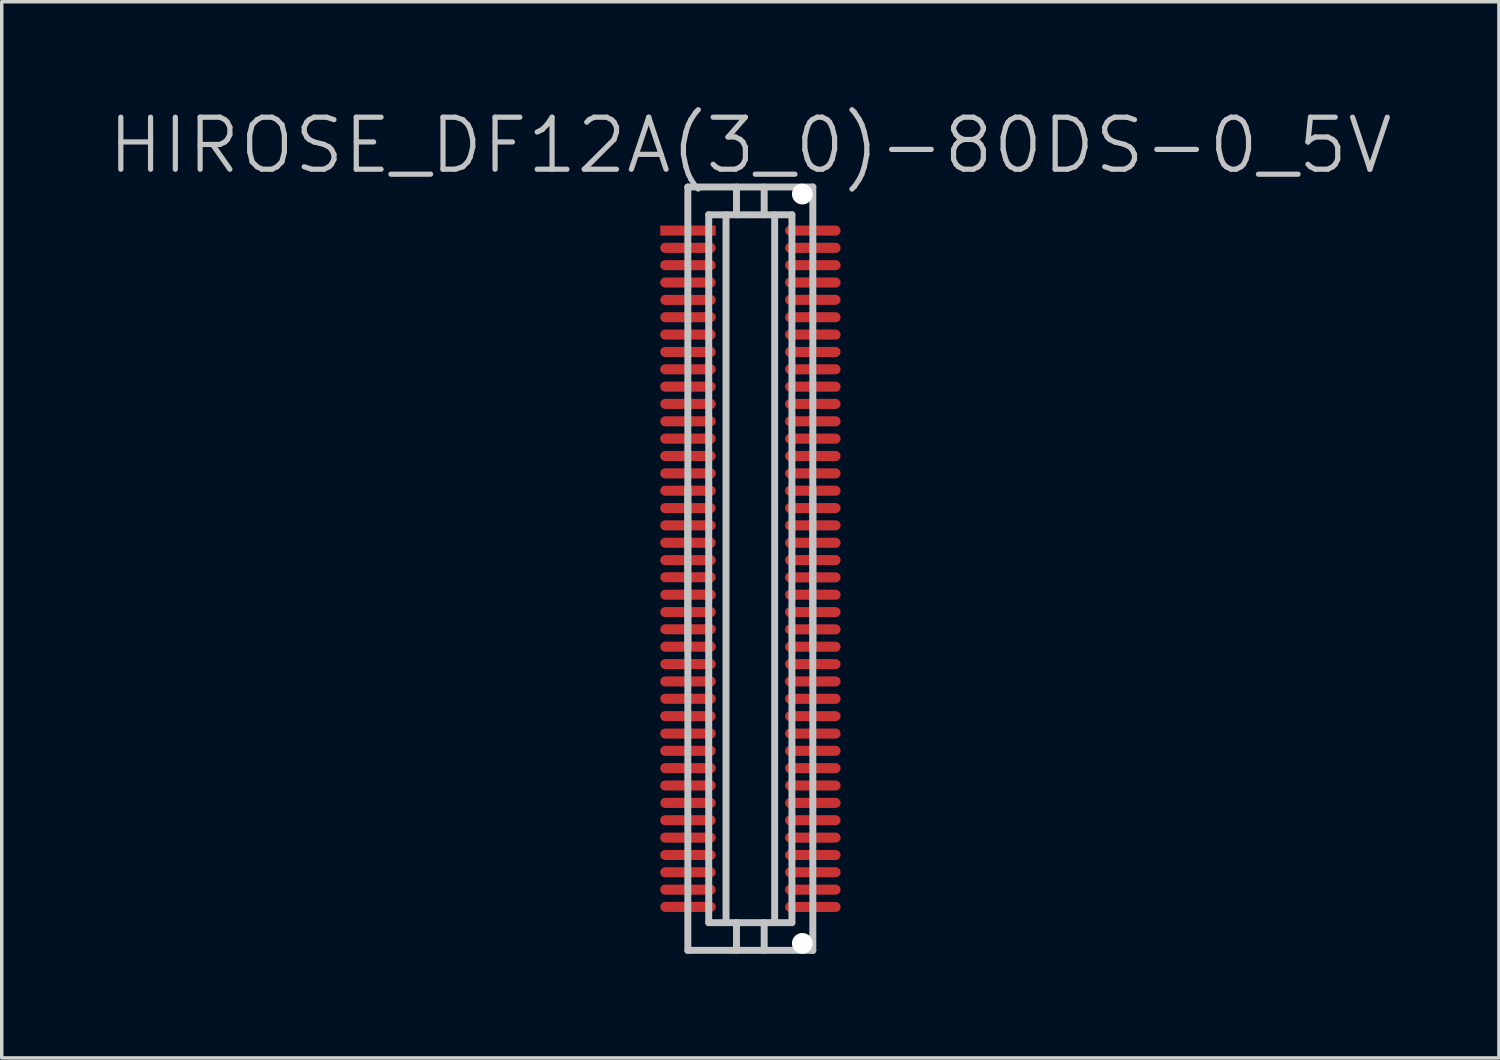
<source format=kicad_pcb>
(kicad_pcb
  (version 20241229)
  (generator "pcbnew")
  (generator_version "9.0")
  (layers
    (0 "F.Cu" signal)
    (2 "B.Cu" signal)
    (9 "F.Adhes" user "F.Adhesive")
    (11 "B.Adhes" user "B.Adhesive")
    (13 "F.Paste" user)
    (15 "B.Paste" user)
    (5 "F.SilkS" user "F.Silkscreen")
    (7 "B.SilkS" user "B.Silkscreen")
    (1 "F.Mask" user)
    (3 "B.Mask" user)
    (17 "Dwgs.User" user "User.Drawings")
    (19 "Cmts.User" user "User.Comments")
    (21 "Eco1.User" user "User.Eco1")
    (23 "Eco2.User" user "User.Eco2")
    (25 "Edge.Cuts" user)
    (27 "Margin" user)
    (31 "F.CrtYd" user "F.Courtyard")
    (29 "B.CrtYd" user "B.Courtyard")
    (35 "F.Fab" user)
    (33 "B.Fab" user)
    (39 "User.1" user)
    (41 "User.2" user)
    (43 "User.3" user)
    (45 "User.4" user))
  (footprint "HIROSE_DF12A(3_0)-80DS-0_5V"
    (layer "F.Cu")
    (at 18.575 13.341)
    (property "Reference" "HIROSE_DF12A(3_0)-80DS-0_5V" (at 0 -12.2 180) (layer "Dwgs.User") (effects (font (size 1.5 1.5) (thickness 0.15))))
    (attr smd)
    (fp_line (start -1.801 -11.001) (end 1.801 -11.001) (stroke (width 0.2) (type solid)) (layer "Dwgs.User"))
    (fp_line (start -1.801 2.301) (end -1.801 -2.301) (stroke (width 0.2) (type solid)) (layer "Dwgs.User"))
    (fp_line (start -1.801 11.001) (end -1.801 -11.001) (stroke (width 0.2) (type solid)) (layer "Dwgs.User"))
    (fp_line (start -1.199 -10.201) (end -1.199 10.201) (stroke (width 0.2) (type solid)) (layer "Dwgs.User"))
    (fp_line (start -1.199 -10.201) (end 1.199 -10.201) (stroke (width 0.2) (type solid)) (layer "Dwgs.User"))
    (fp_line (start -0.701 -10.201) (end -0.701 10.201) (stroke (width 0.2) (type solid)) (layer "Dwgs.User"))
    (fp_line (start -0.399 -10.201) (end -0.399 -11.001) (stroke (width 0.2) (type solid)) (layer "Dwgs.User"))
    (fp_line (start -0.399 11.001) (end -0.399 10.201) (stroke (width 0.2) (type solid)) (layer "Dwgs.User"))
    (fp_line (start 0.399 -10.201) (end 0.399 -11.001) (stroke (width 0.2) (type solid)) (layer "Dwgs.User"))
    (fp_line (start 0.399 10.201) (end 0.399 11.001) (stroke (width 0.2) (type solid)) (layer "Dwgs.User"))
    (fp_line (start 0.701 10.201) (end 0.701 -10.201) (stroke (width 0.2) (type solid)) (layer "Dwgs.User"))
    (fp_line (start 1.199 10.201) (end -1.199 10.201) (stroke (width 0.2) (type solid)) (layer "Dwgs.User"))
    (fp_line (start 1.199 10.201) (end 1.199 -10.201) (stroke (width 0.2) (type solid)) (layer "Dwgs.User"))
    (fp_line (start 1.801 -11.001) (end 1.801 11.001) (stroke (width 0.2) (type solid)) (layer "Dwgs.User"))
    (fp_line (start 1.801 -2.301) (end 1.801 2.301) (stroke (width 0.2) (type solid)) (layer "Dwgs.User"))
    (fp_line (start 1.801 10.998) (end -1.801 10.998) (stroke (width 0.2) (type solid)) (layer "Dwgs.User"))
    (pad "" np_thru_hole circle (at 1.499 -10.798 270) (size 0.6 0.6) (drill 0.6) (layers "*.Cu" "*.Mask"))
    (pad "" np_thru_hole circle (at 1.499 10.798 270) (size 0.6 0.6) (drill 0.6) (layers "*.Cu" "*.Mask"))
    (pad "1" smd rect (at -1.796 -9.746 270) (size 0.29 1.6) (layers "F.Cu" "F.Mask" "F.Paste"))
    (pad "2" smd oval (at -1.798 -9.248 270) (size 0.29 1.6) (layers "F.Cu" "F.Mask" "F.Paste"))
    (pad "3" smd oval (at -1.798 -8.748 270) (size 0.29 1.6) (layers "F.Cu" "F.Mask" "F.Paste"))
    (pad "4" smd oval (at -1.798 -8.25 270) (size 0.29 1.6) (layers "F.Cu" "F.Mask" "F.Paste"))
    (pad "5" smd oval (at -1.796 -7.747 270) (size 0.29 1.6) (layers "F.Cu" "F.Mask" "F.Paste"))
    (pad "6" smd oval (at -1.796 -7.249 270) (size 0.29 1.6) (layers "F.Cu" "F.Mask" "F.Paste"))
    (pad "7" smd oval (at -1.798 -6.749 270) (size 0.29 1.6) (layers "F.Cu" "F.Mask" "F.Paste"))
    (pad "8" smd oval (at -1.798 -6.248 270) (size 0.29 1.6) (layers "F.Cu" "F.Mask" "F.Paste"))
    (pad "9" smd oval (at -1.798 -5.748 270) (size 0.29 1.6) (layers "F.Cu" "F.Mask" "F.Paste"))
    (pad "10" smd oval (at -1.798 -5.248 270) (size 0.29 1.6) (layers "F.Cu" "F.Mask" "F.Paste"))
    (pad "11" smd oval (at -1.796 -4.75 270) (size 0.29 1.6) (layers "F.Cu" "F.Mask" "F.Paste"))
    (pad "12" smd oval (at -1.798 -4.249 270) (size 0.29 1.6) (layers "F.Cu" "F.Mask" "F.Paste"))
    (pad "13" smd oval (at -1.798 -3.749 270) (size 0.29 1.6) (layers "F.Cu" "F.Mask" "F.Paste"))
    (pad "14" smd oval (at -1.798 -3.249 270) (size 0.29 1.6) (layers "F.Cu" "F.Mask" "F.Paste"))
    (pad "15" smd oval (at -1.796 -2.748 270) (size 0.29 1.6) (layers "F.Cu" "F.Mask" "F.Paste"))
    (pad "16" smd oval (at -1.798 -2.248 270) (size 0.29 1.6) (layers "F.Cu" "F.Mask" "F.Paste"))
    (pad "17" smd oval (at -1.798 -1.748 270) (size 0.29 1.6) (layers "F.Cu" "F.Mask" "F.Paste"))
    (pad "18" smd oval (at -1.798 -1.25 270) (size 0.29 1.6) (layers "F.Cu" "F.Mask" "F.Paste"))
    (pad "19" smd oval (at -1.798 -0.749 270) (size 0.29 1.6) (layers "F.Cu" "F.Mask" "F.Paste"))
    (pad "20" smd oval (at -1.796 -0.246 270) (size 0.29 1.6) (layers "F.Cu" "F.Mask" "F.Paste"))
    (pad "21" smd oval (at -1.796 0.246 270) (size 0.29 1.6) (layers "F.Cu" "F.Mask" "F.Paste"))
    (pad "22" smd oval (at -1.796 0.749 270) (size 0.29 1.6) (layers "F.Cu" "F.Mask" "F.Paste"))
    (pad "23" smd oval (at -1.796 1.25 270) (size 0.29 1.6) (layers "F.Cu" "F.Mask" "F.Paste"))
    (pad "24" smd oval (at -1.796 1.745 270) (size 0.29 1.6) (layers "F.Cu" "F.Mask" "F.Paste"))
    (pad "25" smd oval (at -1.796 2.248 270) (size 0.29 1.6) (layers "F.Cu" "F.Mask" "F.Paste"))
    (pad "26" smd oval (at -1.796 2.748 270) (size 0.29 1.6) (layers "F.Cu" "F.Mask" "F.Paste"))
    (pad "27" smd oval (at -1.796 3.249 270) (size 0.29 1.6) (layers "F.Cu" "F.Mask" "F.Paste"))
    (pad "28" smd oval (at -1.796 3.747 270) (size 0.29 1.6) (layers "F.Cu" "F.Mask" "F.Paste"))
    (pad "29" smd oval (at -1.798 4.249 270) (size 0.29 1.6) (layers "F.Cu" "F.Mask" "F.Paste"))
    (pad "30" smd oval (at -1.798 4.75 270) (size 0.29 1.6) (layers "F.Cu" "F.Mask" "F.Paste"))
    (pad "31" smd oval (at -1.798 5.248 270) (size 0.29 1.6) (layers "F.Cu" "F.Mask" "F.Paste"))
    (pad "32" smd oval (at -1.798 5.748 270) (size 0.29 1.6) (layers "F.Cu" "F.Mask" "F.Paste"))
    (pad "33" smd oval (at -1.798 6.248 270) (size 0.29 1.6) (layers "F.Cu" "F.Mask" "F.Paste"))
    (pad "34" smd oval (at -1.796 6.749 270) (size 0.29 1.6) (layers "F.Cu" "F.Mask" "F.Paste"))
    (pad "35" smd oval (at -1.798 7.249 270) (size 0.29 1.6) (layers "F.Cu" "F.Mask" "F.Paste"))
    (pad "36" smd oval (at -1.798 7.75 270) (size 0.29 1.6) (layers "F.Cu" "F.Mask" "F.Paste"))
    (pad "37" smd oval (at -1.798 8.25 270) (size 0.29 1.6) (layers "F.Cu" "F.Mask" "F.Paste"))
    (pad "38" smd oval (at -1.798 8.748 270) (size 0.29 1.6) (layers "F.Cu" "F.Mask" "F.Paste"))
    (pad "39" smd oval (at -1.798 9.248 270) (size 0.29 1.6) (layers "F.Cu" "F.Mask" "F.Paste"))
    (pad "40" smd oval (at -1.796 9.746 270) (size 0.29 1.6) (layers "F.Cu" "F.Mask" "F.Paste"))
    (pad "41" smd oval (at 1.801 9.749 270) (size 0.29 1.6) (layers "F.Cu" "F.Mask" "F.Paste"))
    (pad "42" smd oval (at 1.801 9.248 270) (size 0.29 1.6) (layers "F.Cu" "F.Mask" "F.Paste"))
    (pad "43" smd oval (at 1.801 8.748 270) (size 0.29 1.6) (layers "F.Cu" "F.Mask" "F.Paste"))
    (pad "44" smd oval (at 1.801 8.25 270) (size 0.29 1.6) (layers "F.Cu" "F.Mask" "F.Paste"))
    (pad "45" smd oval (at 1.801 7.75 270) (size 0.29 1.6) (layers "F.Cu" "F.Mask" "F.Paste"))
    (pad "46" smd oval (at 1.801 7.249 270) (size 0.29 1.6) (layers "F.Cu" "F.Mask" "F.Paste"))
    (pad "47" smd oval (at 1.801 6.749 270) (size 0.29 1.6) (layers "F.Cu" "F.Mask" "F.Paste"))
    (pad "48" smd oval (at 1.801 6.248 270) (size 0.29 1.6) (layers "F.Cu" "F.Mask" "F.Paste"))
    (pad "49" smd oval (at 1.801 5.748 270) (size 0.29 1.6) (layers "F.Cu" "F.Mask" "F.Paste"))
    (pad "50" smd oval (at 1.801 5.248 270) (size 0.29 1.6) (layers "F.Cu" "F.Mask" "F.Paste"))
    (pad "51" smd oval (at 1.801 4.75 270) (size 0.29 1.6) (layers "F.Cu" "F.Mask" "F.Paste"))
    (pad "52" smd oval (at 1.801 4.249 270) (size 0.29 1.6) (layers "F.Cu" "F.Mask" "F.Paste"))
    (pad "53" smd oval (at 1.801 3.749 270) (size 0.29 1.6) (layers "F.Cu" "F.Mask" "F.Paste"))
    (pad "54" smd oval (at 1.801 3.249 270) (size 0.29 1.6) (layers "F.Cu" "F.Mask" "F.Paste"))
    (pad "55" smd oval (at 1.801 2.748 270) (size 0.29 1.6) (layers "F.Cu" "F.Mask" "F.Paste"))
    (pad "56" smd oval (at 1.801 2.248 270) (size 0.29 1.6) (layers "F.Cu" "F.Mask" "F.Paste"))
    (pad "57" smd oval (at 1.801 1.748 270) (size 0.29 1.6) (layers "F.Cu" "F.Mask" "F.Paste"))
    (pad "58" smd oval (at 1.801 1.25 270) (size 0.29 1.6) (layers "F.Cu" "F.Mask" "F.Paste"))
    (pad "59" smd oval (at 1.801 0.749 270) (size 0.29 1.6) (layers "F.Cu" "F.Mask" "F.Paste"))
    (pad "60" smd oval (at 1.801 0.249 270) (size 0.29 1.6) (layers "F.Cu" "F.Mask" "F.Paste"))
    (pad "61" smd oval (at 1.801 -0.249 270) (size 0.29 1.6) (layers "F.Cu" "F.Mask" "F.Paste"))
    (pad "62" smd oval (at 1.801 -0.749 270) (size 0.29 1.6) (layers "F.Cu" "F.Mask" "F.Paste"))
    (pad "63" smd oval (at 1.801 -1.25 270) (size 0.29 1.6) (layers "F.Cu" "F.Mask" "F.Paste"))
    (pad "64" smd oval (at 1.801 -1.748 270) (size 0.29 1.6) (layers "F.Cu" "F.Mask" "F.Paste"))
    (pad "65" smd oval (at 1.801 -2.248 270) (size 0.29 1.6) (layers "F.Cu" "F.Mask" "F.Paste"))
    (pad "66" smd oval (at 1.801 -2.748 270) (size 0.29 1.6) (layers "F.Cu" "F.Mask" "F.Paste"))
    (pad "67" smd oval (at 1.801 -3.249 270) (size 0.29 1.6) (layers "F.Cu" "F.Mask" "F.Paste"))
    (pad "68" smd oval (at 1.801 -3.749 270) (size 0.29 1.6) (layers "F.Cu" "F.Mask" "F.Paste"))
    (pad "69" smd oval (at 1.801 -4.249 270) (size 0.29 1.6) (layers "F.Cu" "F.Mask" "F.Paste"))
    (pad "70" smd oval (at 1.801 -4.75 270) (size 0.29 1.6) (layers "F.Cu" "F.Mask" "F.Paste"))
    (pad "71" smd oval (at 1.801 -5.248 270) (size 0.29 1.6) (layers "F.Cu" "F.Mask" "F.Paste"))
    (pad "72" smd oval (at 1.801 -5.748 270) (size 0.29 1.6) (layers "F.Cu" "F.Mask" "F.Paste"))
    (pad "73" smd oval (at 1.801 -6.248 270) (size 0.29 1.6) (layers "F.Cu" "F.Mask" "F.Paste"))
    (pad "74" smd oval (at 1.801 -6.749 270) (size 0.29 1.6) (layers "F.Cu" "F.Mask" "F.Paste"))
    (pad "75" smd oval (at 1.801 -7.249 270) (size 0.29 1.6) (layers "F.Cu" "F.Mask" "F.Paste"))
    (pad "76" smd oval (at 1.801 -7.75 270) (size 0.29 1.6) (layers "F.Cu" "F.Mask" "F.Paste"))
    (pad "77" smd oval (at 1.801 -8.25 270) (size 0.29 1.6) (layers "F.Cu" "F.Mask" "F.Paste"))
    (pad "78" smd oval (at 1.801 -8.748 270) (size 0.29 1.6) (layers "F.Cu" "F.Mask" "F.Paste"))
    (pad "79" smd oval (at 1.801 -9.248 270) (size 0.29 1.6) (layers "F.Cu" "F.Mask" "F.Paste"))
    (pad "80" smd oval (at 1.801 -9.746 270) (size 0.29 1.6) (layers "F.Cu" "F.Mask" "F.Paste")))
  (gr_rect
    (start -3 -3)
    (end 40.15 27.441)
    (stroke (width 0.1) (type default))
    (fill no)
    (layer "Edge.Cuts")))
</source>
